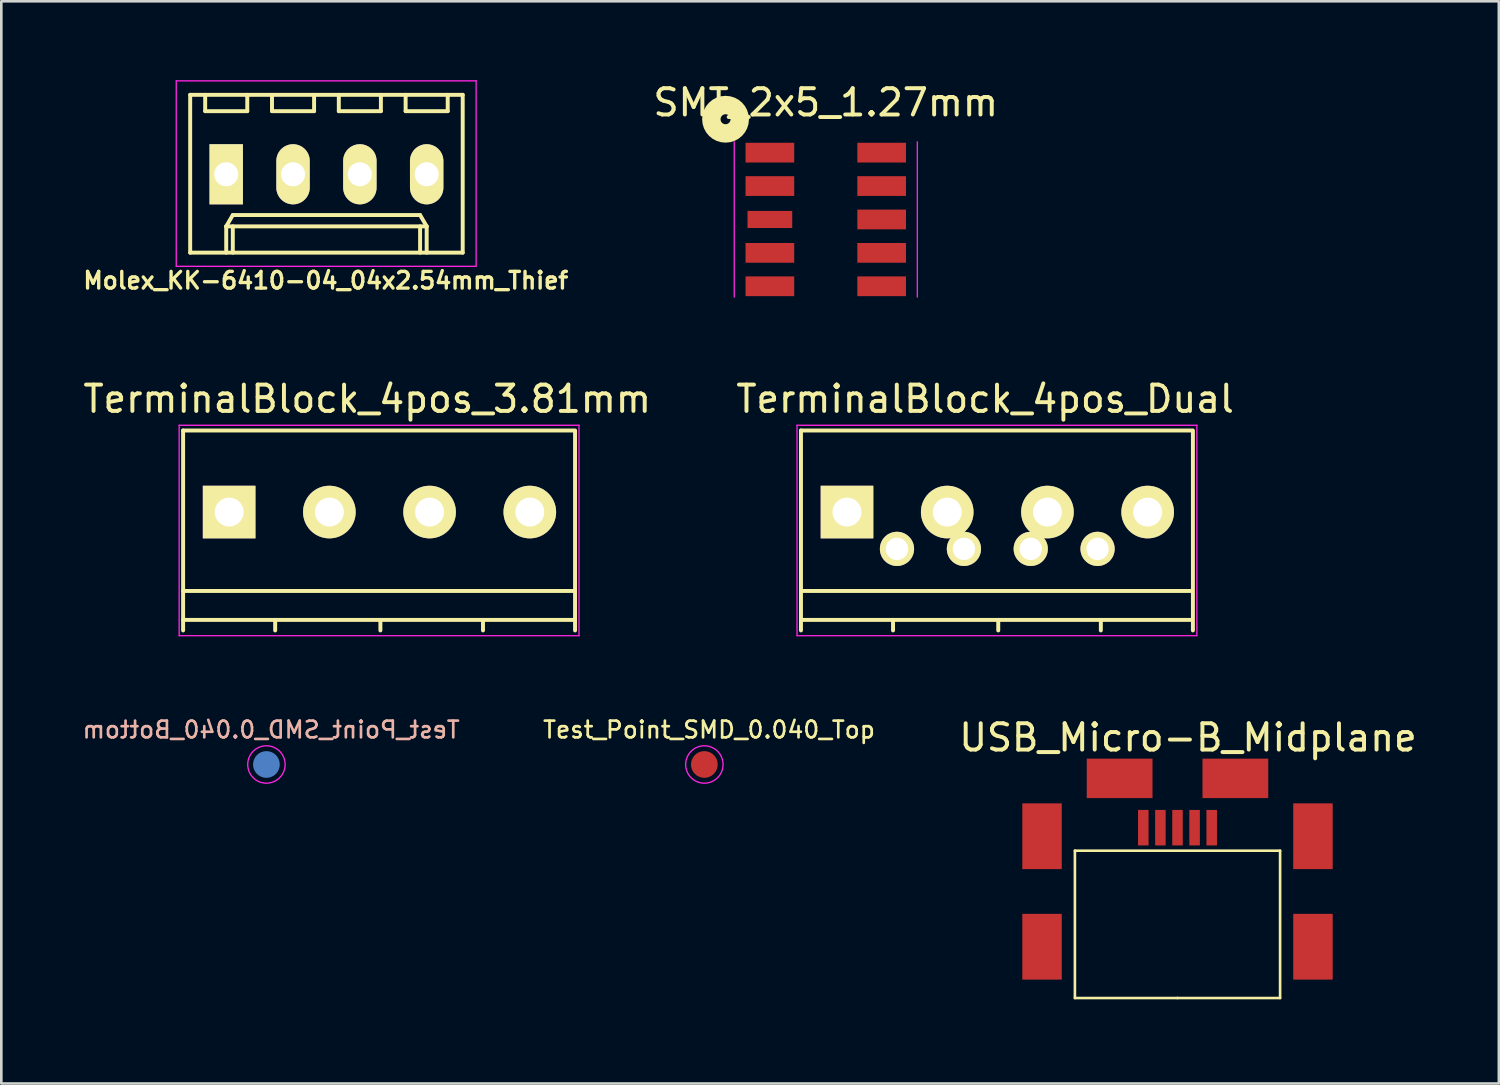
<source format=kicad_pcb>
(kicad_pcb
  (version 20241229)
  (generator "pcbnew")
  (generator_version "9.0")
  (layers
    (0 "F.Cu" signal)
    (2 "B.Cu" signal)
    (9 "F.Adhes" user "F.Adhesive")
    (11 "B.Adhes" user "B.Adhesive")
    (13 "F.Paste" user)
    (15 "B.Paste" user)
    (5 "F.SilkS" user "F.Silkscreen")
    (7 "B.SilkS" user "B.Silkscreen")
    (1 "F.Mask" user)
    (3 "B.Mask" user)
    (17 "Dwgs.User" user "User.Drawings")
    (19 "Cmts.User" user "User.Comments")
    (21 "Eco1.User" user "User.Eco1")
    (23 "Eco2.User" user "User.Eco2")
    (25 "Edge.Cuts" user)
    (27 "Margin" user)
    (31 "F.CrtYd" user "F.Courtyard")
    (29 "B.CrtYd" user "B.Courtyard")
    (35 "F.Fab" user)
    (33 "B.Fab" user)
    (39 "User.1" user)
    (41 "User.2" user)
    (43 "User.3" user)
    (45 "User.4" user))
  (footprint "SMT_2x5_1.27mm"
    (layer "F.Cu")
    (at 28.342 5.293)
    (property "Reference" "SMT_2x5_1.27mm" (at 0 -4.445 0) (layer "F.SilkS") (effects (font (size 1 1) (thickness 0.15))))
    (attr smd)
    (fp_circle (center -3.81 -3.81) (end -4 -3.81) (stroke (width 0.7) (type solid)) (fill no) (layer "F.SilkS"))
    (fp_line (start -3.48 -2.95) (end -3.48 2.95) (stroke (width 0.05) (type solid)) (layer "F.CrtYd"))
    (fp_line (start 3.48 -2.95) (end 3.48 2.95) (stroke (width 0.05) (type solid)) (layer "F.CrtYd"))
    (pad "1" smd rect (at -2.125 -2.54) (size 1.85 0.75) (layers "F.Cu" "F.Mask" "F.Paste"))
    (pad "2" smd rect (at -2.125 -1.27) (size 1.85 0.75) (layers "F.Cu" "F.Mask" "F.Paste"))
    (pad "3" smd rect (at -2.125 0) (size 1.7 0.65) (layers "F.Cu" "F.Mask" "F.Paste"))
    (pad "4" smd rect (at -2.125 1.27) (size 1.85 0.75) (layers "F.Cu" "F.Mask" "F.Paste"))
    (pad "5" smd rect (at -2.125 2.54) (size 1.85 0.75) (layers "F.Cu" "F.Mask" "F.Paste"))
    (pad "6" smd rect (at 2.125 2.54) (size 1.85 0.75) (layers "F.Cu" "F.Mask" "F.Paste"))
    (pad "7" smd rect (at 2.125 1.27) (size 1.85 0.75) (layers "F.Cu" "F.Mask" "F.Paste"))
    (pad "8" smd rect (at 2.125 0) (size 1.85 0.75) (layers "F.Cu" "F.Mask" "F.Paste"))
    (pad "9" smd rect (at 2.125 -1.27) (size 1.85 0.75) (layers "F.Cu" "F.Mask" "F.Paste"))
    (pad "10" smd rect (at 2.125 -2.54) (size 1.85 0.75) (layers "F.Cu" "F.Mask" "F.Paste")))
  (footprint "Test_Point_SMD_0.040_Bottom"
    (layer "F.Cu")
    (at 7.078 26.012)
    (property "Reference" "Test_Point_SMD_0.040_Bottom" (at 0.178 -1.321 0) (layer "B.SilkS") (effects (font (size 0.635 0.635) (thickness 0.102)) (justify mirror)))
    (attr exclude_from_pos_files exclude_from_bom)
    (fp_circle (center 0 0) (end 0.711 0) (stroke (width 0.05) (type solid)) (fill no) (layer "F.CrtYd"))
    (pad "1" smd circle (at 0 0) (size 1.016 1.016) (layers "B.Cu" "B.Mask")))
  (footprint "TerminalBlock_4pos_Dual"
    (layer "F.Cu")
    (at 29.149 16.416)
    (property "Reference" "TerminalBlock_4pos_Dual" (at 5.25 -4.3 0) (layer "F.SilkS") (effects (font (size 1 1) (thickness 0.15))))
    (attr through_hole)
    (fp_line (start -1.75 -3.1) (end -1.75 4.5) (stroke (width 0.15) (type solid)) (layer "F.SilkS"))
    (fp_line (start -1.75 3) (end 13.1 3) (stroke (width 0.15) (type solid)) (layer "F.SilkS"))
    (fp_line (start -1.75 4.1) (end 13.1 4.1) (stroke (width 0.15) (type solid)) (layer "F.SilkS"))
    (fp_line (start 1.75 4.1) (end 1.75 4.5) (stroke (width 0.15) (type solid)) (layer "F.SilkS"))
    (fp_line (start 5.75 4.1) (end 5.75 4.5) (stroke (width 0.15) (type solid)) (layer "F.SilkS"))
    (fp_line (start 9.65 4.1) (end 9.65 4.5) (stroke (width 0.15) (type solid)) (layer "F.SilkS"))
    (fp_line (start 13.1 -3.1) (end -1.75 -3.1) (stroke (width 0.15) (type solid)) (layer "F.SilkS"))
    (fp_line (start 13.15 4.5) (end 13.15 -3.1) (stroke (width 0.15) (type solid)) (layer "F.SilkS"))
    (fp_line (start -1.9 -3.3) (end 13.3 -3.3) (stroke (width 0.05) (type solid)) (layer "F.CrtYd"))
    (fp_line (start -1.9 4.7) (end -1.9 -3.3) (stroke (width 0.05) (type solid)) (layer "F.CrtYd"))
    (fp_line (start 13.3 -3.3) (end 13.3 4.7) (stroke (width 0.05) (type solid)) (layer "F.CrtYd"))
    (fp_line (start 13.3 4.7) (end -1.9 4.7) (stroke (width 0.05) (type solid)) (layer "F.CrtYd"))
    (pad "1" thru_hole rect (at 0 0) (size 2 2) (drill 1.1) (layers "*.Cu" "*.Mask" "F.SilkS"))
    (pad "1" thru_hole circle (at 1.9 1.4) (size 1.3 1.3) (drill 0.85) (layers "*.Cu" "*.Mask" "F.SilkS"))
    (pad "2" thru_hole circle (at 3.81 0) (size 2 2) (drill 1.1) (layers "*.Cu" "*.Mask" "F.SilkS"))
    (pad "2" thru_hole circle (at 4.445 1.4) (size 1.3 1.3) (drill 0.85) (layers "*.Cu" "*.Mask" "F.SilkS"))
    (pad "3" thru_hole circle (at 6.985 1.4) (size 1.3 1.3) (drill 0.85) (layers "*.Cu" "*.Mask" "F.SilkS"))
    (pad "3" thru_hole circle (at 7.62 0) (size 2 2) (drill 1.1) (layers "*.Cu" "*.Mask" "F.SilkS"))
    (pad "4" thru_hole circle (at 9.525 1.4) (size 1.3 1.3) (drill 0.85) (layers "*.Cu" "*.Mask" "F.SilkS"))
    (pad "4" thru_hole circle (at 11.43 0) (size 2 2) (drill 1.1) (layers "*.Cu" "*.Mask" "F.SilkS")))
  (footprint "Molex_KK-6410-04_04x2.54mm_Thief"
    (layer "F.Cu")
    (at 9.36 3.575)
    (property "Reference" "Molex_KK-6410-04_04x2.54mm_Thief" (at -0.025 4.039 180) (layer "F.SilkS") (effects (font (size 0.635 0.635) (thickness 0.127))))
    (attr through_hole)
    (fp_line (start -5.18 -3.02) (end -5.18 2.98) (stroke (width 0.15) (type solid)) (layer "F.SilkS"))
    (fp_line (start -5.18 2.98) (end 5.18 2.98) (stroke (width 0.15) (type solid)) (layer "F.SilkS"))
    (fp_line (start -4.61 -3.02) (end -4.61 -2.4) (stroke (width 0.15) (type solid)) (layer "F.SilkS"))
    (fp_line (start -4.61 -2.4) (end -3.01 -2.4) (stroke (width 0.15) (type solid)) (layer "F.SilkS"))
    (fp_line (start -3.81 1.98) (end -3.56 1.55) (stroke (width 0.15) (type solid)) (layer "F.SilkS"))
    (fp_line (start -3.81 1.98) (end 3.81 1.98) (stroke (width 0.15) (type solid)) (layer "F.SilkS"))
    (fp_line (start -3.81 2.98) (end -3.81 1.98) (stroke (width 0.15) (type solid)) (layer "F.SilkS"))
    (fp_line (start -3.56 1.55) (end 3.56 1.55) (stroke (width 0.15) (type solid)) (layer "F.SilkS"))
    (fp_line (start -3.56 2.98) (end -3.56 1.98) (stroke (width 0.15) (type solid)) (layer "F.SilkS"))
    (fp_line (start -3.01 -2.4) (end -3.01 -3.02) (stroke (width 0.15) (type solid)) (layer "F.SilkS"))
    (fp_line (start -2.07 -3.02) (end -2.07 -2.4) (stroke (width 0.15) (type solid)) (layer "F.SilkS"))
    (fp_line (start -2.07 -2.4) (end -0.47 -2.4) (stroke (width 0.15) (type solid)) (layer "F.SilkS"))
    (fp_line (start -0.47 -2.4) (end -0.47 -3.02) (stroke (width 0.15) (type solid)) (layer "F.SilkS"))
    (fp_line (start 0.47 -3.02) (end 0.47 -2.4) (stroke (width 0.15) (type solid)) (layer "F.SilkS"))
    (fp_line (start 0.47 -2.4) (end 2.07 -2.4) (stroke (width 0.15) (type solid)) (layer "F.SilkS"))
    (fp_line (start 2.07 -2.4) (end 2.07 -3.02) (stroke (width 0.15) (type solid)) (layer "F.SilkS"))
    (fp_line (start 3.01 -3.02) (end 3.01 -2.4) (stroke (width 0.15) (type solid)) (layer "F.SilkS"))
    (fp_line (start 3.01 -2.4) (end 4.61 -2.4) (stroke (width 0.15) (type solid)) (layer "F.SilkS"))
    (fp_line (start 3.56 1.55) (end 3.81 1.98) (stroke (width 0.15) (type solid)) (layer "F.SilkS"))
    (fp_line (start 3.56 2.98) (end 3.56 1.98) (stroke (width 0.15) (type solid)) (layer "F.SilkS"))
    (fp_line (start 3.81 1.98) (end 3.81 2.98) (stroke (width 0.15) (type solid)) (layer "F.SilkS"))
    (fp_line (start 4.61 -2.4) (end 4.61 -3.02) (stroke (width 0.15) (type solid)) (layer "F.SilkS"))
    (fp_line (start 5.18 -3.02) (end -5.18 -3.02) (stroke (width 0.15) (type solid)) (layer "F.SilkS"))
    (fp_line (start 5.18 2.98) (end 5.18 -3.02) (stroke (width 0.15) (type solid)) (layer "F.SilkS"))
    (fp_line (start -5.71 -3.55) (end 5.69 -3.55) (stroke (width 0.05) (type solid)) (layer "F.CrtYd"))
    (fp_line (start -5.71 3.5) (end -5.71 -3.55) (stroke (width 0.05) (type solid)) (layer "F.CrtYd"))
    (fp_line (start 5.69 -3.55) (end 5.69 3.5) (stroke (width 0.05) (type solid)) (layer "F.CrtYd"))
    (fp_line (start 5.69 3.5) (end -5.71 3.5) (stroke (width 0.05) (type solid)) (layer "F.CrtYd"))
    (pad "1" thru_hole rect (at -3.81 0) (size 1.27 2.286) (drill 0.914) (layers "*.Cu" "*.Mask" "F.SilkS"))
    (pad "2" thru_hole oval (at -1.27 0) (size 1.27 2.286) (drill 0.914) (layers "*.Cu" "*.Mask" "F.SilkS"))
    (pad "3" thru_hole oval (at 1.27 0) (size 1.27 2.286) (drill 0.914) (layers "*.Cu" "*.Mask" "F.SilkS"))
    (pad "4" thru_hole oval (at 3.81 0) (size 1.27 2.286) (drill 0.914) (layers "*.Cu" "*.Mask" "F.SilkS")))
  (footprint "Test_Point_SMD_0.040_Top"
    (layer "F.Cu")
    (at 23.726 26.012)
    (property "Reference" "Test_Point_SMD_0.040_Top" (at 0.178 -1.321 0) (layer "F.SilkS") (effects (font (size 0.635 0.635) (thickness 0.102))))
    (attr exclude_from_pos_files exclude_from_bom)
    (fp_circle (center 0 0) (end 0.711 0) (stroke (width 0.05) (type solid)) (fill no) (layer "F.CrtYd"))
    (pad "1" smd circle (at 0 0) (size 1.016 1.016) (layers "F.Cu" "F.Mask")))
  (footprint "TerminalBlock_4pos_3.81mm"
    (layer "F.Cu")
    (at 5.661 16.416)
    (property "Reference" "TerminalBlock_4pos_3.81mm" (at 5.25 -4.3 0) (layer "F.SilkS") (effects (font (size 1 1) (thickness 0.15))))
    (attr through_hole)
    (fp_line (start -1.75 -3.1) (end -1.75 4.5) (stroke (width 0.15) (type solid)) (layer "F.SilkS"))
    (fp_line (start -1.75 3) (end 13.1 3) (stroke (width 0.15) (type solid)) (layer "F.SilkS"))
    (fp_line (start -1.75 4.1) (end 13.1 4.1) (stroke (width 0.15) (type solid)) (layer "F.SilkS"))
    (fp_line (start 1.75 4.1) (end 1.75 4.5) (stroke (width 0.15) (type solid)) (layer "F.SilkS"))
    (fp_line (start 5.75 4.1) (end 5.75 4.5) (stroke (width 0.15) (type solid)) (layer "F.SilkS"))
    (fp_line (start 9.65 4.1) (end 9.65 4.5) (stroke (width 0.15) (type solid)) (layer "F.SilkS"))
    (fp_line (start 13.1 -3.1) (end -1.75 -3.1) (stroke (width 0.15) (type solid)) (layer "F.SilkS"))
    (fp_line (start 13.15 4.5) (end 13.15 -3.1) (stroke (width 0.15) (type solid)) (layer "F.SilkS"))
    (fp_line (start -1.9 -3.3) (end 13.3 -3.3) (stroke (width 0.05) (type solid)) (layer "F.CrtYd"))
    (fp_line (start -1.9 4.7) (end -1.9 -3.3) (stroke (width 0.05) (type solid)) (layer "F.CrtYd"))
    (fp_line (start 13.3 -3.3) (end 13.3 4.7) (stroke (width 0.05) (type solid)) (layer "F.CrtYd"))
    (fp_line (start 13.3 4.7) (end -1.9 4.7) (stroke (width 0.05) (type solid)) (layer "F.CrtYd"))
    (pad "1" thru_hole rect (at 0 0) (size 2 2) (drill 1.1) (layers "*.Cu" "*.Mask" "F.SilkS"))
    (pad "2" thru_hole circle (at 3.81 0) (size 2 2) (drill 1.1) (layers "*.Cu" "*.Mask" "F.SilkS"))
    (pad "3" thru_hole circle (at 7.62 0) (size 2 2) (drill 1.1) (layers "*.Cu" "*.Mask" "F.SilkS"))
    (pad "4" thru_hole circle (at 11.43 0) (size 2 2) (drill 1.1) (layers "*.Cu" "*.Mask" "F.SilkS")))
  (footprint "USB_Micro-B_Midplane"
    (layer "F.Cu")
    (at 41.713 34.89)
    (property "Reference" "USB_Micro-B_Midplane" (at 0.4 -9.9 0) (layer "F.SilkS") (effects (font (size 1 1) (thickness 0.15))))
    (attr smd)
    (fp_line (start -3.9 -5.6) (end 3.9 -5.6) (stroke (width 0.1) (type solid)) (layer "F.SilkS"))
    (fp_line (start -3.9 0) (end -3.9 -5.6) (stroke (width 0.1) (type solid)) (layer "F.SilkS"))
    (fp_line (start 0 0) (end -3.9 0) (stroke (width 0.1) (type solid)) (layer "F.SilkS"))
    (fp_line (start 3.9 -5.6) (end 3.9 0) (stroke (width 0.1) (type solid)) (layer "F.SilkS"))
    (fp_line (start 3.9 0) (end 0 0) (stroke (width 0.1) (type solid)) (layer "F.SilkS"))
    (pad "1" smd rect (at -1.3 -6.475 90) (size 1.35 0.4) (layers "F.Cu" "F.Mask" "F.Paste"))
    (pad "2" smd rect (at -0.65 -6.475 90) (size 1.35 0.4) (layers "F.Cu" "F.Mask" "F.Paste"))
    (pad "3" smd rect (at 0 -6.475 90) (size 1.35 0.4) (layers "F.Cu" "F.Mask" "F.Paste"))
    (pad "4" smd rect (at 0.65 -6.475 90) (size 1.35 0.4) (layers "F.Cu" "F.Mask" "F.Paste"))
    (pad "5" smd rect (at 1.3 -6.475 90) (size 1.35 0.4) (layers "F.Cu" "F.Mask" "F.Paste"))
    (pad "6" smd rect (at -5.15 -6.15) (size 1.5 2.5) (layers "F.Cu" "F.Mask" "F.Paste"))
    (pad "6" smd rect (at -5.15 -1.95) (size 1.5 2.5) (layers "F.Cu" "F.Mask" "F.Paste"))
    (pad "6" smd rect (at -2.2 -8.35) (size 2.5 1.5) (layers "F.Cu" "F.Mask" "F.Paste"))
    (pad "6" smd rect (at 2.2 -8.35) (size 2.5 1.5) (layers "F.Cu" "F.Mask" "F.Paste"))
    (pad "6" smd rect (at 5.15 -6.15) (size 1.5 2.5) (layers "F.Cu" "F.Mask" "F.Paste"))
    (pad "6" smd rect (at 5.15 -1.95) (size 1.5 2.5) (layers "F.Cu" "F.Mask" "F.Paste")))
  (gr_rect
    (start -3 -3)
    (end 53.929 38.14)
    (stroke (width 0.1) (type default))
    (fill no)
    (layer "Edge.Cuts")))
</source>
